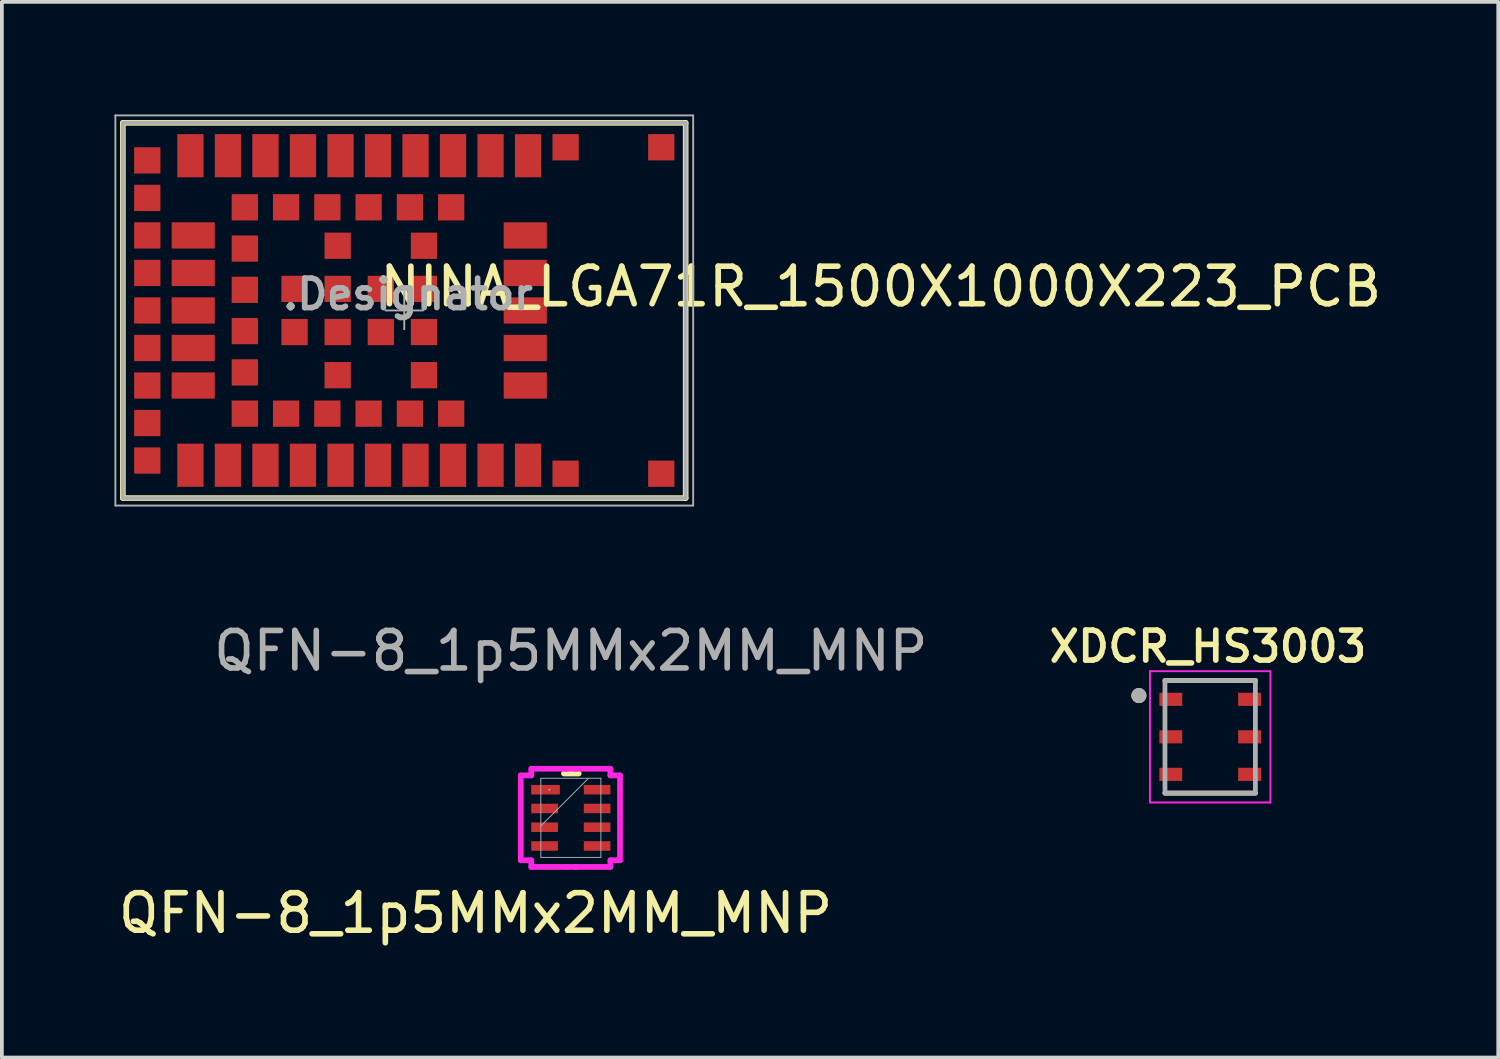
<source format=kicad_pcb>
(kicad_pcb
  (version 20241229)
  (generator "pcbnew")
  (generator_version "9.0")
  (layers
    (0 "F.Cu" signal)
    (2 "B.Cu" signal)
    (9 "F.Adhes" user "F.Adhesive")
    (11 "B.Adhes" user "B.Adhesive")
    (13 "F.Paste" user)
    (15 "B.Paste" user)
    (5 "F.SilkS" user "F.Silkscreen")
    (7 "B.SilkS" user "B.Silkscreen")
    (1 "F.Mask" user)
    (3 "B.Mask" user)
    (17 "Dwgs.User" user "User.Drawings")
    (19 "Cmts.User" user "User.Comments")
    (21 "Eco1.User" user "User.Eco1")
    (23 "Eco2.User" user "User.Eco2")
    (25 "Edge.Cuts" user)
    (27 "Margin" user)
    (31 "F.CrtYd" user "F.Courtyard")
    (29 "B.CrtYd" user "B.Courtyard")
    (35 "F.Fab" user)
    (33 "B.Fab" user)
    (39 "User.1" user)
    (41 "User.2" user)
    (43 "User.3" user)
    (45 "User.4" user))
  (footprint "XDCR_HS3003"
    (layer "F.Cu")
    (at 29.205 16.589)
    (property "Reference" "XDCR_HS3003" (at -0.06 -2.408 0) (layer "F.SilkS") (effects (font (size 0.8 0.8) (thickness 0.15))))
    (attr smd)
    (fp_line (start -1.205 -1.5) (end 1.205 -1.5) (stroke (width 0.127) (type solid)) (layer "F.SilkS"))
    (fp_line (start -1.205 1.5) (end 1.205 1.5) (stroke (width 0.127) (type solid)) (layer "F.SilkS"))
    (fp_circle (center -1.9 -1.1) (end -1.8 -1.1) (stroke (width 0.2) (type solid)) (fill no) (layer "F.SilkS"))
    (fp_line (start -1.605 -1.75) (end 1.605 -1.75) (stroke (width 0.05) (type solid)) (layer "F.CrtYd"))
    (fp_line (start -1.605 1.75) (end -1.605 -1.75) (stroke (width 0.05) (type solid)) (layer "F.CrtYd"))
    (fp_line (start 1.605 -1.75) (end 1.605 1.75) (stroke (width 0.05) (type solid)) (layer "F.CrtYd"))
    (fp_line (start 1.605 1.75) (end -1.605 1.75) (stroke (width 0.05) (type solid)) (layer "F.CrtYd"))
    (fp_line (start -1.205 -1.5) (end 1.205 -1.5) (stroke (width 0.127) (type solid)) (layer "F.Fab"))
    (fp_line (start -1.205 1.5) (end -1.205 -1.5) (stroke (width 0.127) (type solid)) (layer "F.Fab"))
    (fp_line (start 1.205 -1.5) (end 1.205 1.5) (stroke (width 0.127) (type solid)) (layer "F.Fab"))
    (fp_line (start 1.205 1.5) (end -1.205 1.5) (stroke (width 0.127) (type solid)) (layer "F.Fab"))
    (fp_circle (center -1.9 -1.1) (end -1.8 -1.1) (stroke (width 0.2) (type solid)) (fill no) (layer "F.Fab"))
    (pad "1" smd rect (at -1.05 -1) (size 0.61 0.35) (layers "F.Cu" "F.Mask" "F.Paste"))
    (pad "2" smd rect (at -1.05 0) (size 0.61 0.35) (layers "F.Cu" "F.Mask" "F.Paste"))
    (pad "3" smd rect (at -1.05 1) (size 0.61 0.35) (layers "F.Cu" "F.Mask" "F.Paste"))
    (pad "4" smd rect (at 1.05 1) (size 0.61 0.35) (layers "F.Cu" "F.Mask" "F.Paste"))
    (pad "5" smd rect (at 1.05 0) (size 0.61 0.35) (layers "F.Cu" "F.Mask" "F.Paste"))
    (pad "6" smd rect (at 1.05 -1) (size 0.61 0.35) (layers "F.Cu" "F.Mask" "F.Paste")))
  (footprint "NINA_LGA71R_1500X1000X223_PCB"
    (layer "F.Cu")
    (at 7.725 5.225)
    (property "Reference" "NINA_LGA71R_1500X1000X223_PCB" (at 12.7 -0.635 0) (layer "F.SilkS") (effects (font (size 1 1) (thickness 0.15))))
    (attr smd)
    (fp_line (start -7.5 -5) (end 7.5 -5) (stroke (width 0.15) (type solid)) (layer "F.SilkS"))
    (fp_line (start -7.5 5) (end -7.5 -5) (stroke (width 0.15) (type solid)) (layer "F.SilkS"))
    (fp_line (start -7.5 5) (end 7.5 5) (stroke (width 0.15) (type solid)) (layer "F.SilkS"))
    (fp_line (start 7.5 5) (end 7.5 -5) (stroke (width 0.15) (type solid)) (layer "F.SilkS"))
    (fp_line (start -7.7 -5.2) (end 7.7 -5.2) (stroke (width 0.05) (type solid)) (layer "F.Fab"))
    (fp_line (start -7.7 5.2) (end -7.7 -5.2) (stroke (width 0.05) (type solid)) (layer "F.Fab"))
    (fp_line (start -7.7 5.2) (end 7.7 5.2) (stroke (width 0.05) (type solid)) (layer "F.Fab"))
    (fp_line (start -7.5 -5) (end 7.5 -5) (stroke (width 0.1) (type solid)) (layer "F.Fab"))
    (fp_line (start -7.5 5) (end -7.5 -5) (stroke (width 0.1) (type solid)) (layer "F.Fab"))
    (fp_line (start -7.5 5) (end 7.5 5) (stroke (width 0.1) (type solid)) (layer "F.Fab"))
    (fp_line (start -0.5 0) (end 0.5 0) (stroke (width 0.05) (type solid)) (layer "F.Fab"))
    (fp_line (start 0 0.5) (end 0 -0.5) (stroke (width 0.05) (type solid)) (layer "F.Fab"))
    (fp_line (start 7.5 5) (end 7.5 -5) (stroke (width 0.1) (type solid)) (layer "F.Fab"))
    (fp_line (start 7.7 5.2) (end 7.7 -5.2) (stroke (width 0.05) (type solid)) (layer "F.Fab"))
    (fp_text user ".Designator" (at 0.1 -0.433 0) (layer "F.Fab") (effects (font (size 0.787 0.787) (thickness 0.15))))
    (pad "1" smd rect (at -5.7 4.125) (size 0.7 1.15) (layers "F.Cu" "F.Mask" "F.Paste"))
    (pad "2" smd rect (at -4.7 4.125) (size 0.7 1.15) (layers "F.Cu" "F.Mask" "F.Paste"))
    (pad "3" smd rect (at -3.7 4.125) (size 0.7 1.15) (layers "F.Cu" "F.Mask" "F.Paste"))
    (pad "4" smd rect (at -2.7 4.125) (size 0.7 1.15) (layers "F.Cu" "F.Mask" "F.Paste"))
    (pad "5" smd rect (at -1.7 4.125) (size 0.7 1.15) (layers "F.Cu" "F.Mask" "F.Paste"))
    (pad "6" smd rect (at -0.7 4.125) (size 0.7 1.15) (layers "F.Cu" "F.Mask" "F.Paste"))
    (pad "7" smd rect (at 0.3 4.125) (size 0.7 1.15) (layers "F.Cu" "F.Mask" "F.Paste"))
    (pad "8" smd rect (at 1.3 4.125) (size 0.7 1.15) (layers "F.Cu" "F.Mask" "F.Paste"))
    (pad "9" smd rect (at 2.3 4.125) (size 0.7 1.15) (layers "F.Cu" "F.Mask" "F.Paste"))
    (pad "10" smd rect (at 3.3 4.125) (size 0.7 1.15) (layers "F.Cu" "F.Mask" "F.Paste"))
    (pad "11" smd rect (at 3.225 2) (size 1.15 0.7) (layers "F.Cu" "F.Mask" "F.Paste"))
    (pad "12" smd rect (at 3.225 1) (size 1.15 0.7) (layers "F.Cu" "F.Mask" "F.Paste"))
    (pad "13" smd rect (at 3.225 0.000003) (size 1.15 0.7) (layers "F.Cu" "F.Mask" "F.Paste"))
    (pad "14" smd rect (at 3.225 -1) (size 1.15 0.7) (layers "F.Cu" "F.Mask" "F.Paste"))
    (pad "15" smd rect (at 3.225 -2) (size 1.15 0.7) (layers "F.Cu" "F.Mask" "F.Paste"))
    (pad "16" smd rect (at 3.3 -4.125) (size 0.7 1.15) (layers "F.Cu" "F.Mask" "F.Paste"))
    (pad "17" smd rect (at 2.3 -4.125) (size 0.7 1.15) (layers "F.Cu" "F.Mask" "F.Paste"))
    (pad "18" smd rect (at 1.3 -4.125) (size 0.7 1.15) (layers "F.Cu" "F.Mask" "F.Paste"))
    (pad "19" smd rect (at 0.3 -4.125) (size 0.7 1.15) (layers "F.Cu" "F.Mask" "F.Paste"))
    (pad "20" smd rect (at -0.7 -4.125) (size 0.7 1.15) (layers "F.Cu" "F.Mask" "F.Paste"))
    (pad "21" smd rect (at -1.7 -4.125) (size 0.7 1.15) (layers "F.Cu" "F.Mask" "F.Paste"))
    (pad "22" smd rect (at -2.7 -4.125) (size 0.7 1.15) (layers "F.Cu" "F.Mask" "F.Paste"))
    (pad "23" smd rect (at -3.7 -4.125) (size 0.7 1.15) (layers "F.Cu" "F.Mask" "F.Paste"))
    (pad "24" smd rect (at -4.7 -4.125) (size 0.7 1.15) (layers "F.Cu" "F.Mask" "F.Paste"))
    (pad "25" smd rect (at -5.7 -4.125) (size 0.7 1.15) (layers "F.Cu" "F.Mask" "F.Paste"))
    (pad "26" smd rect (at -5.625 -2) (size 1.15 0.7) (layers "F.Cu" "F.Mask" "F.Paste"))
    (pad "27" smd rect (at -5.625 -1) (size 1.15 0.7) (layers "F.Cu" "F.Mask" "F.Paste"))
    (pad "28" smd rect (at -5.625 0.000003) (size 1.15 0.7) (layers "F.Cu" "F.Mask" "F.Paste"))
    (pad "29" smd rect (at -5.625 1) (size 1.15 0.7) (layers "F.Cu" "F.Mask" "F.Paste"))
    (pad "30" smd rect (at -5.625 2) (size 1.15 0.7) (layers "F.Cu" "F.Mask" "F.Paste"))
    (pad "31" smd rect (at -4.25 2.75) (size 0.7 0.7) (layers "F.Cu" "F.Mask" "F.Paste"))
    (pad "32" smd rect (at -3.15 2.75) (size 0.7 0.7) (layers "F.Cu" "F.Mask" "F.Paste"))
    (pad "33" smd rect (at -2.05 2.75) (size 0.7 0.7) (layers "F.Cu" "F.Mask" "F.Paste"))
    (pad "34" smd rect (at -0.95 2.75) (size 0.7 0.7) (layers "F.Cu" "F.Mask" "F.Paste"))
    (pad "35" smd rect (at 0.15 2.75) (size 0.7 0.7) (layers "F.Cu" "F.Mask" "F.Paste"))
    (pad "36" smd rect (at 1.25 2.75) (size 0.7 0.7) (layers "F.Cu" "F.Mask" "F.Paste"))
    (pad "37" smd rect (at 1.25 -2.75) (size 0.7 0.7) (layers "F.Cu" "F.Mask" "F.Paste"))
    (pad "38" smd rect (at 0.15 -2.75) (size 0.7 0.7) (layers "F.Cu" "F.Mask" "F.Paste"))
    (pad "39" smd rect (at -0.95 -2.75) (size 0.7 0.7) (layers "F.Cu" "F.Mask" "F.Paste"))
    (pad "40" smd rect (at -2.05 -2.75) (size 0.7 0.7) (layers "F.Cu" "F.Mask" "F.Paste"))
    (pad "41" smd rect (at -3.15 -2.75) (size 0.7 0.7) (layers "F.Cu" "F.Mask" "F.Paste"))
    (pad "42" smd rect (at -4.25 -2.75) (size 0.7 0.7) (layers "F.Cu" "F.Mask" "F.Paste"))
    (pad "43" smd rect (at -4.25 -1.65) (size 0.7 0.7) (layers "F.Cu" "F.Mask" "F.Paste"))
    (pad "44" smd rect (at -4.25 -0.55) (size 0.7 0.7) (layers "F.Cu" "F.Mask" "F.Paste"))
    (pad "45" smd rect (at -4.25 0.55) (size 0.7 0.7) (layers "F.Cu" "F.Mask" "F.Paste"))
    (pad "46" smd rect (at -4.25 1.65) (size 0.7 0.7) (layers "F.Cu" "F.Mask" "F.Paste"))
    (pad "47" smd rect (at -6.85 -4) (size 0.7 0.7) (layers "F.Cu" "F.Mask" "F.Paste"))
    (pad "48" smd rect (at -6.85 -3) (size 0.7 0.7) (layers "F.Cu" "F.Mask" "F.Paste"))
    (pad "49" smd rect (at -6.85 -2) (size 0.7 0.7) (layers "F.Cu" "F.Mask" "F.Paste"))
    (pad "50" smd rect (at -6.85 -1) (size 0.7 0.7) (layers "F.Cu" "F.Mask" "F.Paste"))
    (pad "51" smd rect (at -6.85 0) (size 0.7 0.7) (layers "F.Cu" "F.Mask" "F.Paste"))
    (pad "52" smd rect (at -6.85 1) (size 0.7 0.7) (layers "F.Cu" "F.Mask" "F.Paste"))
    (pad "53" smd rect (at -6.85 2) (size 0.7 0.7) (layers "F.Cu" "F.Mask" "F.Paste"))
    (pad "54" smd rect (at -6.85 3) (size 0.7 0.7) (layers "F.Cu" "F.Mask" "F.Paste"))
    (pad "55" smd rect (at -6.85 4) (size 0.7 0.7) (layers "F.Cu" "F.Mask" "F.Paste"))
    (pad "56" smd rect (at -2.925 0.575) (size 0.7 0.7) (layers "F.Cu" "F.Mask" "F.Paste"))
    (pad "57" smd rect (at -2.925 -0.575) (size 0.7 0.7) (layers "F.Cu" "F.Mask" "F.Paste"))
    (pad "58" smd rect (at -1.775 1.725) (size 0.7 0.7) (layers "F.Cu" "F.Mask" "F.Paste"))
    (pad "59" smd rect (at -1.775 0.575) (size 0.7 0.7) (layers "F.Cu" "F.Mask" "F.Paste"))
    (pad "60" smd rect (at -1.775 -0.575) (size 0.7 0.7) (layers "F.Cu" "F.Mask" "F.Paste"))
    (pad "61" smd rect (at -1.775 -1.725) (size 0.7 0.7) (layers "F.Cu" "F.Mask" "F.Paste"))
    (pad "62" smd rect (at -0.625 0.575) (size 0.7 0.7) (layers "F.Cu" "F.Mask" "F.Paste"))
    (pad "63" smd rect (at -0.625 -0.575) (size 0.7 0.7) (layers "F.Cu" "F.Mask" "F.Paste"))
    (pad "64" smd rect (at 0.525 1.725) (size 0.7 0.7) (layers "F.Cu" "F.Mask" "F.Paste"))
    (pad "65" smd rect (at 0.525 0.575) (size 0.7 0.7) (layers "F.Cu" "F.Mask" "F.Paste"))
    (pad "66" smd rect (at 0.525 -0.575) (size 0.7 0.7) (layers "F.Cu" "F.Mask" "F.Paste"))
    (pad "67" smd rect (at 0.525 -1.725) (size 0.7 0.7) (layers "F.Cu" "F.Mask" "F.Paste"))
    (pad "68" smd rect (at 4.3 4.35) (size 0.7 0.7) (layers "F.Cu" "F.Mask" "F.Paste"))
    (pad "69" smd rect (at 6.85 4.35) (size 0.7 0.7) (layers "F.Cu" "F.Mask" "F.Paste"))
    (pad "70" smd rect (at 6.85 -4.35) (size 0.7 0.7) (layers "F.Cu" "F.Mask" "F.Paste"))
    (pad "71" smd rect (at 4.3 -4.35) (size 0.7 0.7) (layers "F.Cu" "F.Mask" "F.Paste")))
  (footprint "QFN-8_1p5MMx2MM_MNP"
    (layer "F.Cu")
    (at 12.165 18.748)
    (property "Reference" "QFN-8_1p5MMx2MM_MNP" (at -2.54 2.54 0) (unlocked yes) (layer "F.SilkS") (effects (font (size 1 1) (thickness 0.15))))
    (attr smd)
    (fp_line (start 0.209 -1.181) (end -0.184 -1.181) (stroke (width 0.152) (type solid)) (layer "F.SilkS"))
    (fp_line (start -1.335 -1.131) (end -1.054 -1.131) (stroke (width 0.152) (type solid)) (layer "F.CrtYd"))
    (fp_line (start -1.335 1.131) (end -1.335 -1.131) (stroke (width 0.152) (type solid)) (layer "F.CrtYd"))
    (fp_line (start -1.054 -1.308) (end -0.131 -1.308) (stroke (width 0.152) (type solid)) (layer "F.CrtYd"))
    (fp_line (start -1.054 -1.131) (end -1.054 -1.308) (stroke (width 0.152) (type solid)) (layer "F.CrtYd"))
    (fp_line (start -1.054 1.131) (end -1.335 1.131) (stroke (width 0.152) (type solid)) (layer "F.CrtYd"))
    (fp_line (start -1.054 1.308) (end -1.054 1.131) (stroke (width 0.152) (type solid)) (layer "F.CrtYd"))
    (fp_line (start -0.131 -1.308) (end -0.131 -1.308) (stroke (width 0.152) (type solid)) (layer "F.CrtYd"))
    (fp_line (start -0.131 -1.308) (end 0.131 -1.308) (stroke (width 0.152) (type solid)) (layer "F.CrtYd"))
    (fp_line (start -0.131 1.308) (end -1.054 1.308) (stroke (width 0.152) (type solid)) (layer "F.CrtYd"))
    (fp_line (start -0.131 1.308) (end -0.131 1.308) (stroke (width 0.152) (type solid)) (layer "F.CrtYd"))
    (fp_line (start 0.131 -1.308) (end 0.131 -1.308) (stroke (width 0.152) (type solid)) (layer "F.CrtYd"))
    (fp_line (start 0.131 -1.308) (end 1.054 -1.308) (stroke (width 0.152) (type solid)) (layer "F.CrtYd"))
    (fp_line (start 0.131 1.308) (end -0.131 1.308) (stroke (width 0.152) (type solid)) (layer "F.CrtYd"))
    (fp_line (start 0.131 1.308) (end 0.131 1.308) (stroke (width 0.152) (type solid)) (layer "F.CrtYd"))
    (fp_line (start 1.054 -1.308) (end 1.054 -1.131) (stroke (width 0.152) (type solid)) (layer "F.CrtYd"))
    (fp_line (start 1.054 -1.131) (end 1.31 -1.131) (stroke (width 0.152) (type solid)) (layer "F.CrtYd"))
    (fp_line (start 1.054 1.131) (end 1.054 1.308) (stroke (width 0.152) (type solid)) (layer "F.CrtYd"))
    (fp_line (start 1.054 1.308) (end 0.131 1.308) (stroke (width 0.152) (type solid)) (layer "F.CrtYd"))
    (fp_line (start 1.31 -1.131) (end 1.31 1.131) (stroke (width 0.152) (type solid)) (layer "F.CrtYd"))
    (fp_line (start 1.31 1.131) (end 1.054 1.131) (stroke (width 0.152) (type solid)) (layer "F.CrtYd"))
    (fp_line (start -0.8 -1.054) (end -0.8 1.054) (stroke (width 0.025) (type solid)) (layer "F.Fab"))
    (fp_line (start -0.8 0.216) (end 0.47 -1.054) (stroke (width 0.025) (type solid)) (layer "F.Fab"))
    (fp_line (start -0.8 1.054) (end 0.8 1.054) (stroke (width 0.025) (type solid)) (layer "F.Fab"))
    (fp_line (start 0.8 -1.054) (end -0.8 -1.054) (stroke (width 0.025) (type solid)) (layer "F.Fab"))
    (fp_line (start 0.8 1.054) (end 0.8 -1.054) (stroke (width 0.025) (type solid)) (layer "F.Fab"))
    (fp_circle (center -0.573 -0.75) (end -0.573 -0.75) (stroke (width 0.025) (type solid)) (fill no) (layer "F.Fab"))
    (fp_text user "${REFERENCE}" (at 0 -4.45 0) (unlocked yes) (layer "F.Fab") (effects (font (size 1 1) (thickness 0.15))))
    (pad "1" smd rect (at -0.675 -0.75) (size 0.762 0.254) (layers "F.Cu" "F.Mask" "F.Paste"))
    (pad "2" smd rect (at -0.7 -0.25) (size 0.711 0.254) (layers "F.Cu" "F.Mask" "F.Paste"))
    (pad "3" smd rect (at -0.7 0.25) (size 0.711 0.254) (layers "F.Cu" "F.Mask" "F.Paste"))
    (pad "4" smd rect (at -0.7 0.75) (size 0.711 0.254) (layers "F.Cu" "F.Mask" "F.Paste"))
    (pad "5" smd rect (at 0.7 0.75) (size 0.711 0.254) (layers "F.Cu" "F.Mask" "F.Paste"))
    (pad "6" smd rect (at 0.7 0.25) (size 0.711 0.254) (layers "F.Cu" "F.Mask" "F.Paste"))
    (pad "7" smd rect (at 0.7 -0.25) (size 0.711 0.254) (layers "F.Cu" "F.Mask" "F.Paste"))
    (pad "8" smd rect (at 0.7 -0.75) (size 0.711 0.254) (layers "F.Cu" "F.Mask" "F.Paste")))
  (gr_rect
    (start -3 -3)
    (end 36.883 25.137)
    (stroke (width 0.1) (type default))
    (fill no)
    (layer "Edge.Cuts")))
</source>
